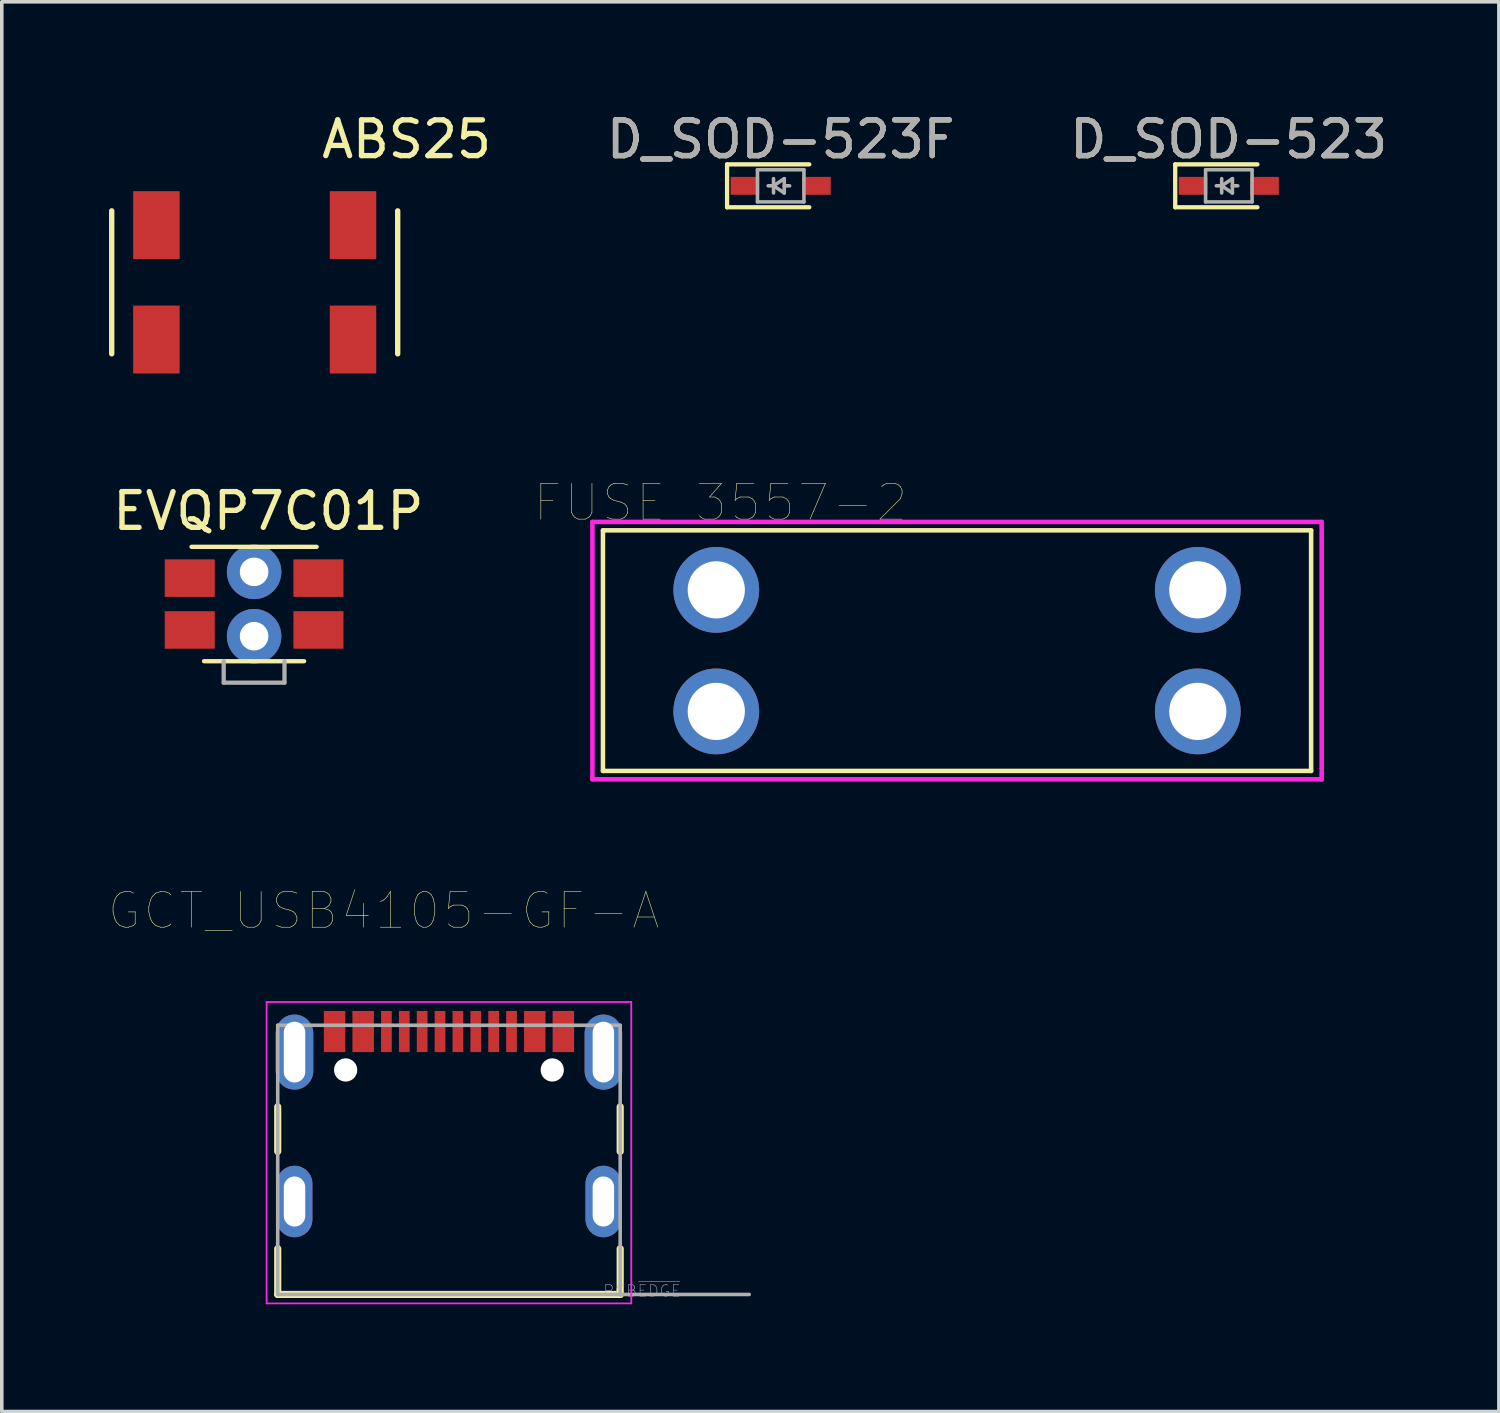
<source format=kicad_pcb>
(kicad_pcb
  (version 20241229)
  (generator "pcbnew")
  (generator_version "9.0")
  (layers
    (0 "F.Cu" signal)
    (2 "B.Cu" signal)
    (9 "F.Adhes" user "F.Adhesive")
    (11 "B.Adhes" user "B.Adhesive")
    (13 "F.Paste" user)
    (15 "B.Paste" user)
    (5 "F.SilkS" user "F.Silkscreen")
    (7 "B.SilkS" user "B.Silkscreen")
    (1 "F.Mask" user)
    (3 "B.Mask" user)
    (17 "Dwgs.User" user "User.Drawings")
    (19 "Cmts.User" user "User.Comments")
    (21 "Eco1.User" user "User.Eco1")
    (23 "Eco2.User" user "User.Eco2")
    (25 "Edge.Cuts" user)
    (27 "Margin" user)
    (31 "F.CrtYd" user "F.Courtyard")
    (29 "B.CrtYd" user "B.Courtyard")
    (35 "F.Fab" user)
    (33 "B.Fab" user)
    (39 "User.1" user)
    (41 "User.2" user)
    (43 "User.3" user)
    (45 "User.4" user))
  (footprint "D_SOD-523F"
    (layer "F.Cu")
    (at 18.789 2.148)
    (property "Reference" "D_SOD-523F" (at 0 -1.3 0) (layer "F.SilkS") (effects (font (size 1 1) (thickness 0.15))))
    (attr smd)
    (fp_line (start -1.5 -0.6) (end -1.5 0.6) (stroke (width 0.12) (type solid)) (layer "F.SilkS"))
    (fp_line (start 0.8 -0.6) (end -1.5 -0.6) (stroke (width 0.12) (type solid)) (layer "F.SilkS"))
    (fp_line (start 0.8 0.6) (end -1.5 0.6) (stroke (width 0.12) (type solid)) (layer "F.SilkS"))
    (fp_line (start -0.65 -0.45) (end 0.65 -0.45) (stroke (width 0.1) (type solid)) (layer "F.Fab"))
    (fp_line (start -0.65 0.45) (end -0.65 -0.45) (stroke (width 0.1) (type solid)) (layer "F.Fab"))
    (fp_line (start -0.2 0) (end -0.35 0) (stroke (width 0.1) (type solid)) (layer "F.Fab"))
    (fp_line (start -0.2 0) (end 0.1 0.2) (stroke (width 0.1) (type solid)) (layer "F.Fab"))
    (fp_line (start -0.2 0.2) (end -0.2 -0.2) (stroke (width 0.1) (type solid)) (layer "F.Fab"))
    (fp_line (start 0.1 -0.2) (end -0.2 0) (stroke (width 0.1) (type solid)) (layer "F.Fab"))
    (fp_line (start 0.1 0) (end 0.25 0) (stroke (width 0.1) (type solid)) (layer "F.Fab"))
    (fp_line (start 0.1 0.2) (end 0.1 -0.2) (stroke (width 0.1) (type solid)) (layer "F.Fab"))
    (fp_line (start 0.65 -0.45) (end 0.65 0.45) (stroke (width 0.1) (type solid)) (layer "F.Fab"))
    (fp_line (start 0.65 0.45) (end -0.65 0.45) (stroke (width 0.1) (type solid)) (layer "F.Fab"))
    (fp_text user "${REFERENCE}" (at 0 -1.3 0) (layer "F.Fab") (effects (font (size 1 1) (thickness 0.15))))
    (pad "1" smd rect (at -1 0 180) (size 0.8 0.5) (layers "F.Cu" "F.Mask" "F.Paste"))
    (pad "2" smd rect (at 1 0 180) (size 0.8 0.5) (layers "F.Cu" "F.Mask" "F.Paste")))
  (footprint "FUSE_3557-2"
    (layer "F.Cu")
    (at 23.722 15.151)
    (property "Reference" "FUSE_3557-2" (at -6.614 -4.141 0) (layer "F.SilkS") (effects (font (size 1.001 1.001) (thickness 0.015))))
    (attr through_hole)
    (fp_line (start -9.905 -3.365) (end -9.905 3.365) (stroke (width 0.127) (type solid)) (layer "F.SilkS"))
    (fp_line (start -9.905 3.365) (end 9.905 3.365) (stroke (width 0.127) (type solid)) (layer "F.SilkS"))
    (fp_line (start 9.905 -3.365) (end -9.905 -3.365) (stroke (width 0.127) (type solid)) (layer "F.SilkS"))
    (fp_line (start 9.905 3.365) (end 9.905 -3.365) (stroke (width 0.127) (type solid)) (layer "F.SilkS"))
    (fp_line (start -10.2 -3.6) (end 10.2 -3.6) (stroke (width 0.127) (type solid)) (layer "F.CrtYd"))
    (fp_line (start -10.2 3.6) (end -10.2 -3.6) (stroke (width 0.127) (type solid)) (layer "F.CrtYd"))
    (fp_line (start 10.2 -3.6) (end 10.2 3.6) (stroke (width 0.127) (type solid)) (layer "F.CrtYd"))
    (fp_line (start 10.2 3.6) (end -10.2 3.6) (stroke (width 0.127) (type solid)) (layer "F.CrtYd"))
    (pad "1" thru_hole circle (at -6.735 -1.7) (size 2.4 2.4) (drill 1.6) (layers "*.Cu" "*.Mask"))
    (pad "1" thru_hole circle (at -6.735 1.7) (size 2.4 2.4) (drill 1.6) (layers "*.Cu" "*.Mask"))
    (pad "2" thru_hole circle (at 6.735 -1.7) (size 2.4 2.4) (drill 1.6) (layers "*.Cu" "*.Mask"))
    (pad "2" thru_hole circle (at 6.735 1.7) (size 2.4 2.4) (drill 1.6) (layers "*.Cu" "*.Mask")))
  (footprint "D_SOD-523"
    (layer "F.Cu")
    (at 31.325 2.148)
    (property "Reference" "D_SOD-523" (at 0 -1.3 0) (layer "F.SilkS") (effects (font (size 1 1) (thickness 0.15))))
    (attr smd)
    (fp_line (start -1.5 -0.6) (end -1.5 0.6) (stroke (width 0.12) (type solid)) (layer "F.SilkS"))
    (fp_line (start 0.8 -0.6) (end -1.5 -0.6) (stroke (width 0.12) (type solid)) (layer "F.SilkS"))
    (fp_line (start 0.8 0.6) (end -1.5 0.6) (stroke (width 0.12) (type solid)) (layer "F.SilkS"))
    (fp_line (start -0.65 -0.45) (end 0.65 -0.45) (stroke (width 0.1) (type solid)) (layer "F.Fab"))
    (fp_line (start -0.65 0.45) (end -0.65 -0.45) (stroke (width 0.1) (type solid)) (layer "F.Fab"))
    (fp_line (start -0.2 0) (end -0.35 0) (stroke (width 0.1) (type solid)) (layer "F.Fab"))
    (fp_line (start -0.2 0) (end 0.1 0.2) (stroke (width 0.1) (type solid)) (layer "F.Fab"))
    (fp_line (start -0.2 0.2) (end -0.2 -0.2) (stroke (width 0.1) (type solid)) (layer "F.Fab"))
    (fp_line (start 0.1 -0.2) (end -0.2 0) (stroke (width 0.1) (type solid)) (layer "F.Fab"))
    (fp_line (start 0.1 0) (end 0.25 0) (stroke (width 0.1) (type solid)) (layer "F.Fab"))
    (fp_line (start 0.1 0.2) (end 0.1 -0.2) (stroke (width 0.1) (type solid)) (layer "F.Fab"))
    (fp_line (start 0.65 -0.45) (end 0.65 0.45) (stroke (width 0.1) (type solid)) (layer "F.Fab"))
    (fp_line (start 0.65 0.45) (end -0.65 0.45) (stroke (width 0.1) (type solid)) (layer "F.Fab"))
    (fp_text user "${REFERENCE}" (at 0 -1.3 0) (layer "F.Fab") (effects (font (size 1 1) (thickness 0.15))))
    (pad "1" smd rect (at -1 0 180) (size 0.8 0.5) (layers "F.Cu" "F.Mask" "F.Paste"))
    (pad "2" smd rect (at 1 0 180) (size 0.8 0.5) (layers "F.Cu" "F.Mask" "F.Paste")))
  (footprint "EVQP7C01P"
    (layer "F.Cu")
    (at 4.058 13.847)
    (property "Reference" "EVQP7C01P" (at 0.4 -2.6 0) (layer "F.SilkS") (effects (font (size 1 1) (thickness 0.15))))
    (attr through_hole)
    (fp_line (start -1.75 -1.6) (end 1.75 -1.6) (stroke (width 0.12) (type solid)) (layer "F.SilkS"))
    (fp_line (start -1.4 1.6) (end 1.4 1.6) (stroke (width 0.12) (type solid)) (layer "F.SilkS"))
    (fp_line (start -0.85 2.2) (end -0.85 1.6) (stroke (width 0.12) (type solid)) (layer "F.Fab"))
    (fp_line (start -0.85 2.2) (end 0.85 2.2) (stroke (width 0.12) (type solid)) (layer "F.Fab"))
    (fp_line (start 0.85 2.2) (end 0.85 1.6) (stroke (width 0.12) (type solid)) (layer "F.Fab"))
    (pad "" np_thru_hole circle (at 0 -0.9) (size 1.524 1.524) (drill 0.8) (layers "*.Cu" "*.Mask"))
    (pad "" np_thru_hole circle (at 0 0.9) (size 1.524 1.524) (drill 0.8) (layers "*.Cu" "*.Mask"))
    (pad "1" smd rect (at -1.8 -0.725) (size 1.4 1.05) (layers "F.Cu" "F.Mask" "F.Paste"))
    (pad "1" smd rect (at 1.8 -0.725) (size 1.4 1.05) (layers "F.Cu" "F.Mask" "F.Paste"))
    (pad "2" smd rect (at -1.8 0.725) (size 1.4 1.05) (layers "F.Cu" "F.Mask" "F.Paste"))
    (pad "2" smd rect (at 1.8 0.725) (size 1.4 1.05) (layers "F.Cu" "F.Mask" "F.Paste")))
  (footprint "GCT_USB4105-GF-A"
    (layer "F.Cu")
    (at 9.509 30.561)
    (property "Reference" "GCT_USB4105-GF-A" (at -1.825 -8.135 0) (layer "F.SilkS") (effects (font (size 1 1) (thickness 0.015))))
    (attr through_hole)
    (fp_line (start -4.79 -2.65) (end -4.79 -1.4) (stroke (width 0.2) (type solid)) (layer "F.SilkS"))
    (fp_line (start -4.79 1.32) (end -4.79 2.6) (stroke (width 0.2) (type solid)) (layer "F.SilkS"))
    (fp_line (start -4.79 2.6) (end 4.79 2.6) (stroke (width 0.2) (type solid)) (layer "F.SilkS"))
    (fp_line (start 4.79 -2.65) (end 4.79 -1.4) (stroke (width 0.2) (type solid)) (layer "F.SilkS"))
    (fp_line (start 4.79 2.6) (end 4.79 1.32) (stroke (width 0.2) (type solid)) (layer "F.SilkS"))
    (fp_line (start -5.1 -5.58) (end -5.1 2.85) (stroke (width 0.05) (type solid)) (layer "F.CrtYd"))
    (fp_line (start -5.1 2.85) (end 5.1 2.85) (stroke (width 0.05) (type solid)) (layer "F.CrtYd"))
    (fp_line (start 5.1 -5.58) (end -5.1 -5.58) (stroke (width 0.05) (type solid)) (layer "F.CrtYd"))
    (fp_line (start 5.1 2.85) (end 5.1 -5.58) (stroke (width 0.05) (type solid)) (layer "F.CrtYd"))
    (fp_line (start -4.79 -4.93) (end 4.79 -4.93) (stroke (width 0.1) (type solid)) (layer "F.Fab"))
    (fp_line (start -4.79 2.6) (end -4.79 -4.93) (stroke (width 0.1) (type solid)) (layer "F.Fab"))
    (fp_line (start 4.79 -4.93) (end 4.79 2.6) (stroke (width 0.1) (type solid)) (layer "F.Fab"))
    (fp_line (start 4.79 2.6) (end -4.79 2.6) (stroke (width 0.1) (type solid)) (layer "F.Fab"))
    (fp_line (start 4.8 2.6) (end 8.4 2.6) (stroke (width 0.1) (type solid)) (layer "F.Fab"))
    (fp_text user "PCB~{EDGE}" (at 5.4 2.5 0) (layer "F.Fab") (effects (font (size 0.32 0.32) (thickness 0.015))))
    (pad "" np_thru_hole circle (at -2.89 -3.68) (size 0.65 0.65) (drill 0.65) (layers "*.Cu" "*.Mask"))
    (pad "" np_thru_hole circle (at 2.89 -3.68) (size 0.65 0.65) (drill 0.65) (layers "*.Cu" "*.Mask"))
    (pad "A1_B12" smd rect (at -3.2 -4.755) (size 0.6 1.15) (layers "F.Cu" "F.Mask" "F.Paste"))
    (pad "A4_B9" smd rect (at -2.4 -4.755) (size 0.6 1.15) (layers "F.Cu" "F.Mask" "F.Paste"))
    (pad "A5" smd rect (at -1.25 -4.755) (size 0.3 1.15) (layers "F.Cu" "F.Mask" "F.Paste"))
    (pad "A6" smd rect (at -0.25 -4.755) (size 0.3 1.15) (layers "F.Cu" "F.Mask" "F.Paste"))
    (pad "A7" smd rect (at 0.25 -4.755) (size 0.3 1.15) (layers "F.Cu" "F.Mask" "F.Paste"))
    (pad "A8" smd rect (at 1.25 -4.755) (size 0.3 1.15) (layers "F.Cu" "F.Mask" "F.Paste"))
    (pad "B1_A12" smd rect (at 3.2 -4.755) (size 0.6 1.15) (layers "F.Cu" "F.Mask" "F.Paste"))
    (pad "B4_A9" smd rect (at 2.4 -4.755) (size 0.6 1.15) (layers "F.Cu" "F.Mask" "F.Paste"))
    (pad "B5" smd rect (at 1.75 -4.755) (size 0.3 1.15) (layers "F.Cu" "F.Mask" "F.Paste"))
    (pad "B6" smd rect (at 0.75 -4.755) (size 0.3 1.15) (layers "F.Cu" "F.Mask" "F.Paste"))
    (pad "B7" smd rect (at -0.75 -4.755) (size 0.3 1.15) (layers "F.Cu" "F.Mask" "F.Paste"))
    (pad "B8" smd rect (at -1.75 -4.755) (size 0.3 1.15) (layers "F.Cu" "F.Mask" "F.Paste"))
    (pad "S1" thru_hole oval (at -4.32 -4.18) (size 1.05 2.1) (drill oval 0.6 1.7) (layers "*.Cu" "*.Mask"))
    (pad "S2" thru_hole oval (at -4.32 0) (size 1 2) (drill oval 0.6 1.4) (layers "*.Cu" "*.Mask"))
    (pad "S3" thru_hole oval (at 4.32 0) (size 1 2) (drill oval 0.6 1.4) (layers "*.Cu" "*.Mask"))
    (pad "S4" thru_hole oval (at 4.32 -4.18) (size 1.05 2.1) (drill oval 0.6 1.7) (layers "*.Cu" "*.Mask")))
  (footprint "ABS25"
    (layer "F.Cu")
    (at 1.325 4.848)
    (property "Reference" "ABS25" (at 7 -4 0) (layer "F.SilkS") (effects (font (size 1 1) (thickness 0.15))))
    (attr through_hole)
    (fp_line (start -1.25 2) (end -1.25 -2) (stroke (width 0.15) (type solid)) (layer "F.SilkS"))
    (fp_line (start 6.75 -2) (end 6.75 2) (stroke (width 0.15) (type solid)) (layer "F.SilkS"))
    (pad "1" smd rect (at 0 1.6) (size 1.3 1.9) (layers "F.Cu" "F.Mask" "F.Paste"))
    (pad "2" smd rect (at 5.5 1.6) (size 1.3 1.9) (layers "F.Cu" "F.Mask" "F.Paste"))
    (pad "3" smd rect (at 5.5 -1.6) (size 1.3 1.9) (layers "F.Cu" "F.Mask" "F.Paste"))
    (pad "4" smd rect (at 0 -1.6) (size 1.3 1.9) (layers "F.Cu" "F.Mask" "F.Paste")))
  (gr_rect
    (start -3 -3)
    (end 38.879 36.436)
    (stroke (width 0.1) (type default))
    (fill no)
    (layer "Edge.Cuts")))
</source>
